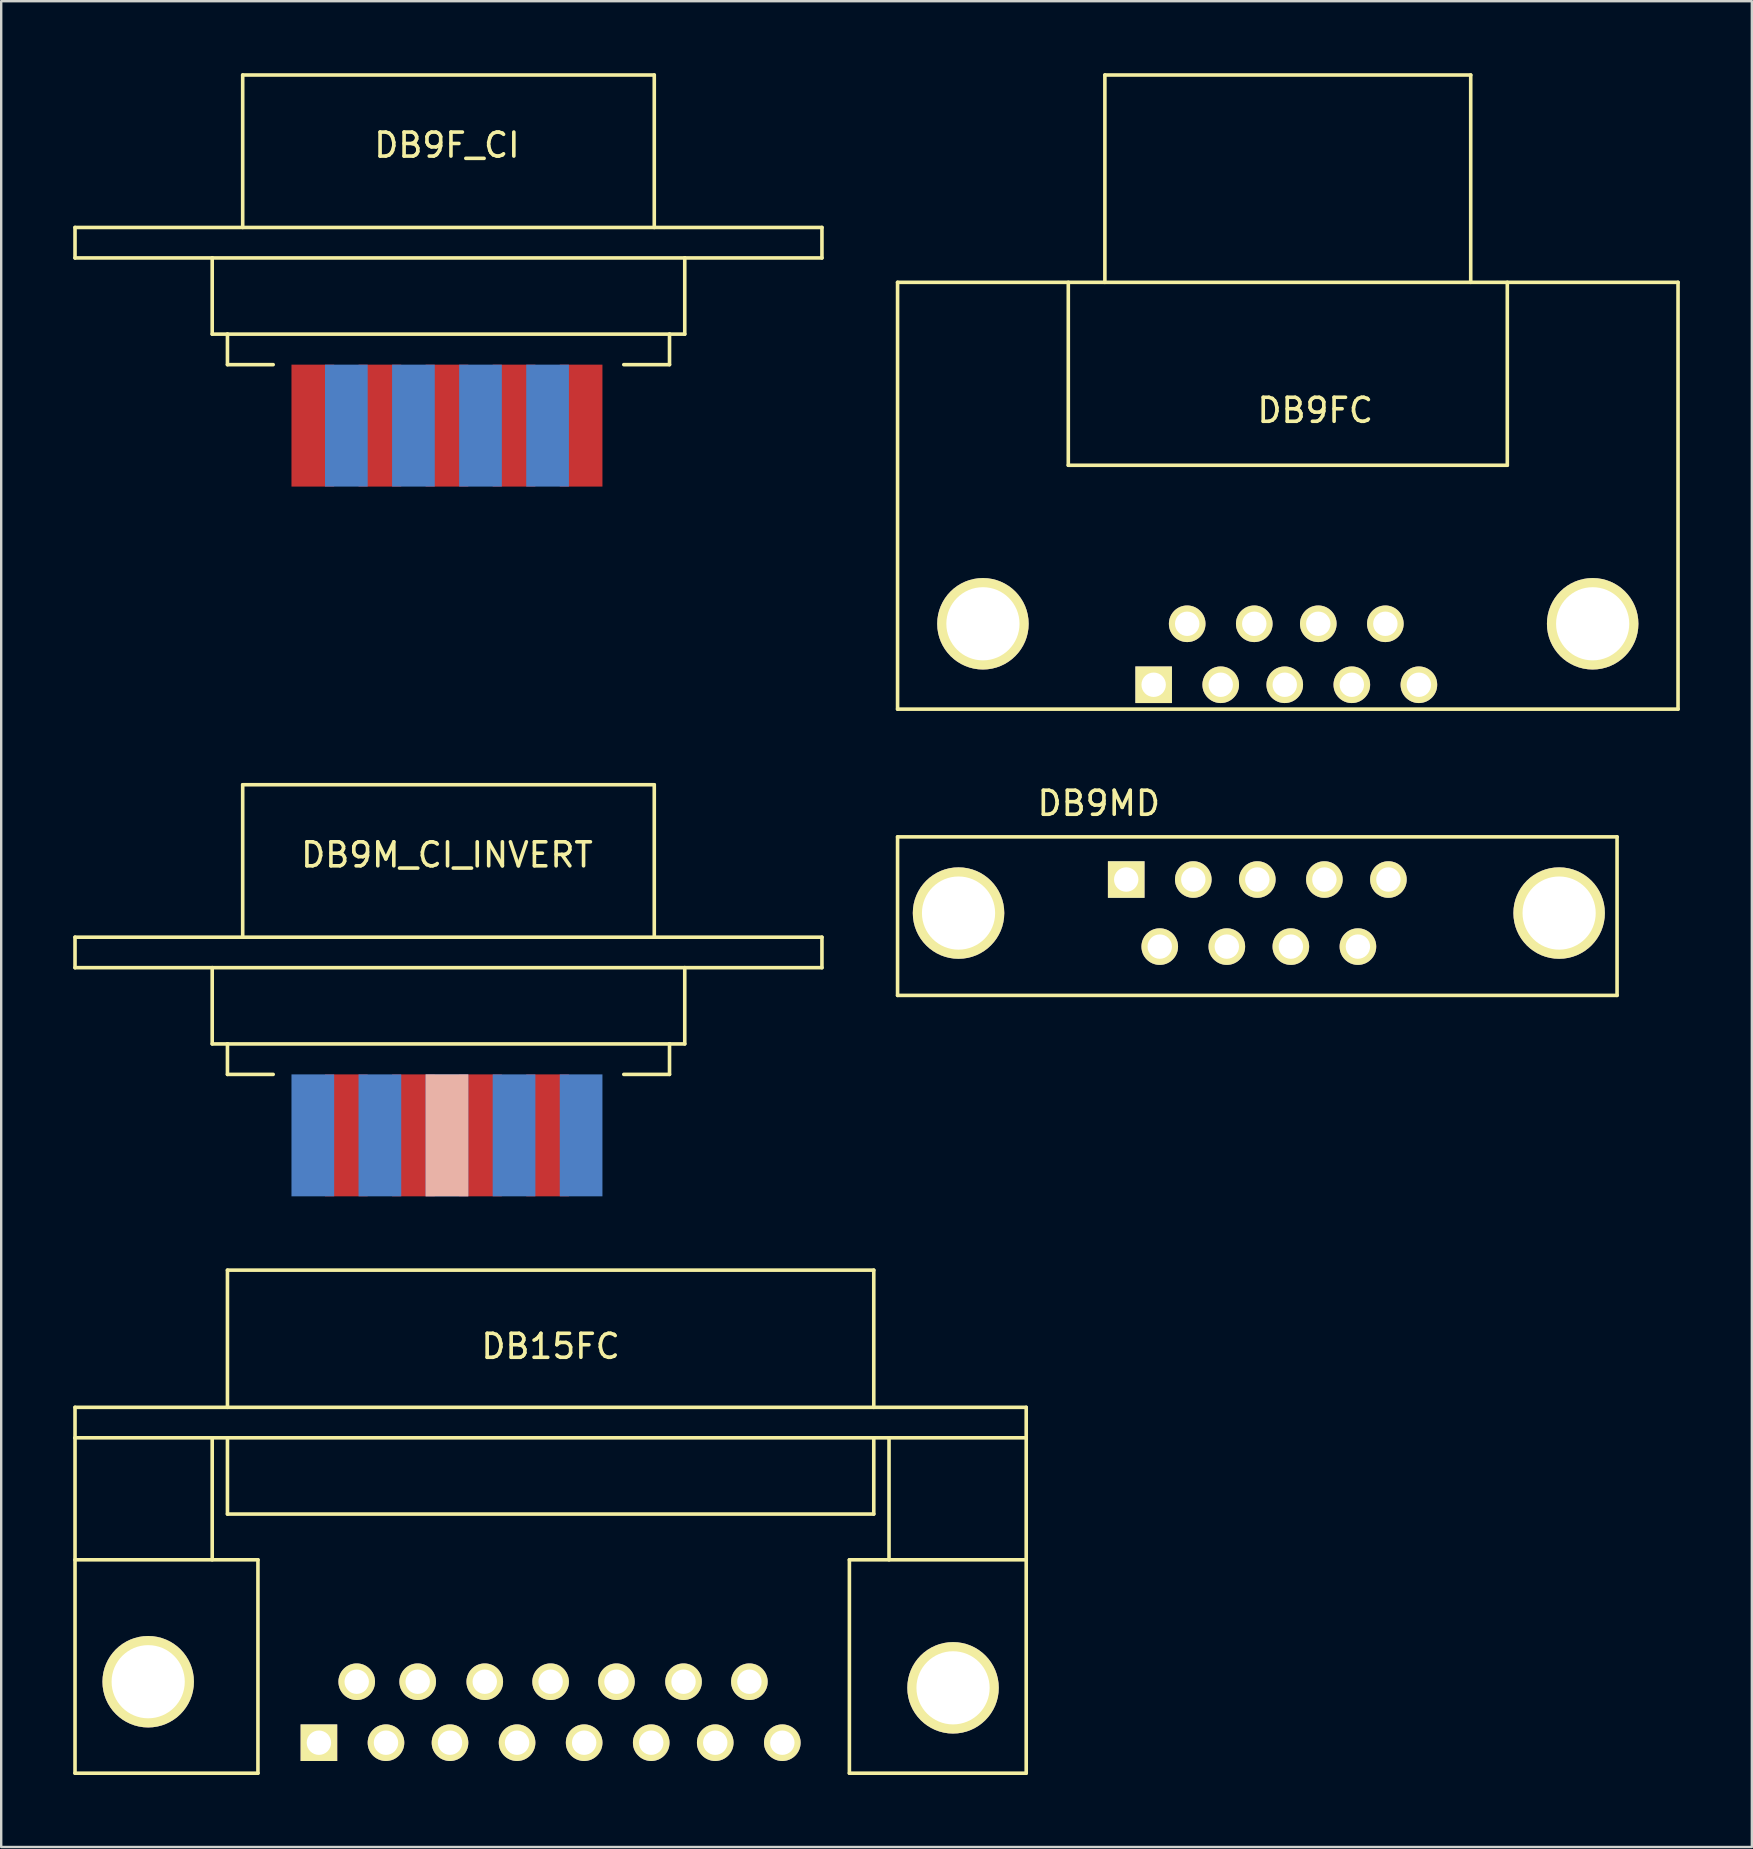
<source format=kicad_pcb>
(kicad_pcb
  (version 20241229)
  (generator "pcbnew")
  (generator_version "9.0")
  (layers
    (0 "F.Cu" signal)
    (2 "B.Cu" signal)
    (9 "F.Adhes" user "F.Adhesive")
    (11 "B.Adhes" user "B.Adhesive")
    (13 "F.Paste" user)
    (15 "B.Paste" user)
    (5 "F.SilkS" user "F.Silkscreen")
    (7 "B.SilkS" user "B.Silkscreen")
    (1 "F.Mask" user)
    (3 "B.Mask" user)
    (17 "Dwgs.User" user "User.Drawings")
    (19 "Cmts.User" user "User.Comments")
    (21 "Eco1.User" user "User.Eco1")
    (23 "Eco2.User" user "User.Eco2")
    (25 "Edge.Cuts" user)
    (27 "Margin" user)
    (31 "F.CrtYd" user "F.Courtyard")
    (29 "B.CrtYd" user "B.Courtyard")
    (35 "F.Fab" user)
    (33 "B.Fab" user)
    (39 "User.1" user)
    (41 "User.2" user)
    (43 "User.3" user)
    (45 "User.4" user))
  (footprint "DB9FC"
    (layer "F.Cu")
    (at 50.469 24.205)
    (property "Reference" "DB9FC" (at 1.27 -10.16 0) (layer "F.SilkS") (effects (font (size 1 1) (thickness 0.15))))
    (attr through_hole)
    (fp_line (start -16.129 -15.494) (end -16.129 2.286) (stroke (width 0.15) (type solid)) (layer "F.SilkS"))
    (fp_line (start -16.129 2.286) (end 16.383 2.286) (stroke (width 0.15) (type solid)) (layer "F.SilkS"))
    (fp_line (start -9.017 -15.494) (end -9.017 -7.874) (stroke (width 0.15) (type solid)) (layer "F.SilkS"))
    (fp_line (start -9.017 -7.874) (end 9.271 -7.874) (stroke (width 0.15) (type solid)) (layer "F.SilkS"))
    (fp_line (start -7.493 -24.13) (end 7.747 -24.13) (stroke (width 0.15) (type solid)) (layer "F.SilkS"))
    (fp_line (start -7.493 -15.494) (end -7.493 -24.13) (stroke (width 0.15) (type solid)) (layer "F.SilkS"))
    (fp_line (start 7.747 -24.13) (end 7.747 -15.494) (stroke (width 0.15) (type solid)) (layer "F.SilkS"))
    (fp_line (start 9.271 -7.874) (end 9.271 -15.494) (stroke (width 0.15) (type solid)) (layer "F.SilkS"))
    (fp_line (start 16.383 -15.494) (end -16.129 -15.494) (stroke (width 0.15) (type solid)) (layer "F.SilkS"))
    (fp_line (start 16.383 2.286) (end 16.383 -15.494) (stroke (width 0.15) (type solid)) (layer "F.SilkS"))
    (pad "" thru_hole circle (at -12.573 -1.27) (size 3.81 3.81) (drill 3.048) (layers "*.Cu" "*.Mask" "F.SilkS"))
    (pad "" thru_hole circle (at 12.827 -1.27) (size 3.81 3.81) (drill 3.048) (layers "*.Cu" "*.Mask" "F.SilkS"))
    (pad "1" thru_hole rect (at -5.461 1.27) (size 1.524 1.524) (drill 1.016) (layers "*.Cu" "*.Mask" "F.SilkS"))
    (pad "2" thru_hole circle (at -2.667 1.27) (size 1.524 1.524) (drill 1.016) (layers "*.Cu" "*.Mask" "F.SilkS"))
    (pad "3" thru_hole circle (at 0 1.27) (size 1.524 1.524) (drill 1.016) (layers "*.Cu" "*.Mask" "F.SilkS"))
    (pad "4" thru_hole circle (at 2.794 1.27) (size 1.524 1.524) (drill 1.016) (layers "*.Cu" "*.Mask" "F.SilkS"))
    (pad "5" thru_hole circle (at 5.588 1.27) (size 1.524 1.524) (drill 1.016) (layers "*.Cu" "*.Mask" "F.SilkS"))
    (pad "6" thru_hole circle (at -4.064 -1.27) (size 1.524 1.524) (drill 1.016) (layers "*.Cu" "*.Mask" "F.SilkS"))
    (pad "7" thru_hole circle (at -1.27 -1.27) (size 1.524 1.524) (drill 1.016) (layers "*.Cu" "*.Mask" "F.SilkS"))
    (pad "8" thru_hole circle (at 1.397 -1.27) (size 1.524 1.524) (drill 1.016) (layers "*.Cu" "*.Mask" "F.SilkS"))
    (pad "9" thru_hole circle (at 4.191 -1.27) (size 1.524 1.524) (drill 1.016) (layers "*.Cu" "*.Mask" "F.SilkS")))
  (footprint "DB9M_CI_INVERT"
    (layer "F.Cu")
    (at 15.569 41.706)
    (property "Reference" "DB9M_CI_INVERT" (at 0 -9.144 0) (layer "F.SilkS") (effects (font (size 1 1) (thickness 0.15))))
    (attr through_hole)
    (fp_line (start -15.494 -5.715) (end 15.621 -5.715) (stroke (width 0.15) (type solid)) (layer "F.SilkS"))
    (fp_line (start -15.494 -4.445) (end -15.494 -5.715) (stroke (width 0.15) (type solid)) (layer "F.SilkS"))
    (fp_line (start -9.779 -4.445) (end -15.494 -4.445) (stroke (width 0.15) (type solid)) (layer "F.SilkS"))
    (fp_line (start -9.779 -1.27) (end -9.779 -4.445) (stroke (width 0.15) (type solid)) (layer "F.SilkS"))
    (fp_line (start -9.144 -1.27) (end -9.779 -1.27) (stroke (width 0.15) (type solid)) (layer "F.SilkS"))
    (fp_line (start -9.144 0) (end -9.144 -1.27) (stroke (width 0.15) (type solid)) (layer "F.SilkS"))
    (fp_line (start -8.509 -12.065) (end 8.636 -12.065) (stroke (width 0.15) (type solid)) (layer "F.SilkS"))
    (fp_line (start -8.509 -5.715) (end -8.509 -12.065) (stroke (width 0.15) (type solid)) (layer "F.SilkS"))
    (fp_line (start -7.239 0) (end -9.144 0) (stroke (width 0.15) (type solid)) (layer "F.SilkS"))
    (fp_line (start 7.366 0) (end 9.271 0) (stroke (width 0.15) (type solid)) (layer "F.SilkS"))
    (fp_line (start 8.636 -5.715) (end 8.636 -12.065) (stroke (width 0.15) (type solid)) (layer "F.SilkS"))
    (fp_line (start 9.271 -1.27) (end -9.144 -1.27) (stroke (width 0.15) (type solid)) (layer "F.SilkS"))
    (fp_line (start 9.271 0) (end 9.271 -1.27) (stroke (width 0.15) (type solid)) (layer "F.SilkS"))
    (fp_line (start 9.906 -4.445) (end -9.779 -4.445) (stroke (width 0.15) (type solid)) (layer "F.SilkS"))
    (fp_line (start 9.906 -1.27) (end 9.271 -1.27) (stroke (width 0.15) (type solid)) (layer "F.SilkS"))
    (fp_line (start 9.906 -1.27) (end 9.906 -4.445) (stroke (width 0.15) (type solid)) (layer "F.SilkS"))
    (fp_line (start 15.621 -4.445) (end 9.906 -4.445) (stroke (width 0.15) (type solid)) (layer "F.SilkS"))
    (fp_line (start 15.621 -4.445) (end 15.621 -5.715) (stroke (width 0.15) (type solid)) (layer "F.SilkS"))
    (pad "1" connect rect (at -5.588 2.54) (size 1.778 5.08) (layers "F.Mask" "B.Cu"))
    (pad "2" connect rect (at -2.794 2.54) (size 1.778 5.08) (layers "B.Cu" "B.Mask"))
    (pad "3" connect rect (at 0 2.54) (size 1.778 5.08) (layers "B.Cu" "B.SilkS"))
    (pad "4" connect rect (at 2.794 2.54) (size 1.778 5.08) (layers "B.Cu" "B.Mask"))
    (pad "5" connect rect (at 5.588 2.54) (size 1.778 5.08) (layers "B.Cu" "B.Mask"))
    (pad "6" connect rect (at -4.191 2.54) (size 1.778 5.08) (layers "F.Cu" "F.Mask"))
    (pad "7" connect rect (at -1.397 2.54) (size 1.778 5.08) (layers "F.Cu" "F.Mask"))
    (pad "8" connect rect (at 1.397 2.54) (size 1.778 5.08) (layers "F.Cu" "F.Mask"))
    (pad "9" connect rect (at 4.191 2.54) (size 1.778 5.08) (layers "F.Cu" "F.Mask")))
  (footprint "DB15FC"
    (layer "F.Cu")
    (at 19.887 68.276)
    (property "Reference" "DB15FC" (at 0 -15.24 0) (layer "F.SilkS") (effects (font (size 1 1) (thickness 0.15))))
    (attr through_hole)
    (fp_line (start -19.812 -12.7) (end -19.812 -11.43) (stroke (width 0.15) (type solid)) (layer "F.SilkS"))
    (fp_line (start -19.812 -6.35) (end -12.192 -6.35) (stroke (width 0.15) (type solid)) (layer "F.SilkS"))
    (fp_line (start -19.812 2.54) (end -19.812 -11.43) (stroke (width 0.15) (type solid)) (layer "F.SilkS"))
    (fp_line (start -19.812 2.54) (end -12.192 2.54) (stroke (width 0.15) (type solid)) (layer "F.SilkS"))
    (fp_line (start -14.097 -11.43) (end -14.097 -6.35) (stroke (width 0.15) (type solid)) (layer "F.SilkS"))
    (fp_line (start -13.462 -18.415) (end -13.462 -12.7) (stroke (width 0.15) (type solid)) (layer "F.SilkS"))
    (fp_line (start -13.462 -18.415) (end 13.462 -18.415) (stroke (width 0.15) (type solid)) (layer "F.SilkS"))
    (fp_line (start -13.462 -8.255) (end -13.462 -11.43) (stroke (width 0.15) (type solid)) (layer "F.SilkS"))
    (fp_line (start -12.192 -6.35) (end -12.192 2.54) (stroke (width 0.15) (type solid)) (layer "F.SilkS"))
    (fp_line (start 12.446 -6.35) (end 19.812 -6.35) (stroke (width 0.15) (type solid)) (layer "F.SilkS"))
    (fp_line (start 12.446 2.54) (end 12.446 -6.35) (stroke (width 0.15) (type solid)) (layer "F.SilkS"))
    (fp_line (start 13.462 -12.7) (end 13.462 -18.415) (stroke (width 0.15) (type solid)) (layer "F.SilkS"))
    (fp_line (start 13.462 -8.255) (end -13.462 -8.255) (stroke (width 0.15) (type solid)) (layer "F.SilkS"))
    (fp_line (start 13.462 -8.255) (end 13.462 -11.43) (stroke (width 0.15) (type solid)) (layer "F.SilkS"))
    (fp_line (start 14.097 -6.35) (end 14.097 -11.43) (stroke (width 0.15) (type solid)) (layer "F.SilkS"))
    (fp_line (start 19.812 -12.7) (end -19.812 -12.7) (stroke (width 0.15) (type solid)) (layer "F.SilkS"))
    (fp_line (start 19.812 -11.43) (end -19.812 -11.43) (stroke (width 0.15) (type solid)) (layer "F.SilkS"))
    (fp_line (start 19.812 2.54) (end 12.446 2.54) (stroke (width 0.15) (type solid)) (layer "F.SilkS"))
    (fp_line (start 19.812 2.54) (end 19.812 -12.7) (stroke (width 0.15) (type solid)) (layer "F.SilkS"))
    (pad "" thru_hole circle (at -16.764 -1.27) (size 3.81 3.81) (drill 3.048) (layers "*.Cu" "*.Mask" "F.SilkS"))
    (pad "" thru_hole circle (at 16.764 -1.016) (size 3.81 3.81) (drill 3.048) (layers "*.Cu" "*.Mask" "F.SilkS"))
    (pad "1" thru_hole rect (at -9.652 1.27) (size 1.524 1.524) (drill 1.016) (layers "*.Cu" "*.Mask" "F.SilkS"))
    (pad "2" thru_hole circle (at -6.858 1.27) (size 1.524 1.524) (drill 1.016) (layers "*.Cu" "*.Mask" "F.SilkS"))
    (pad "3" thru_hole circle (at -4.191 1.27) (size 1.524 1.524) (drill 1.016) (layers "*.Cu" "*.Mask" "F.SilkS"))
    (pad "4" thru_hole circle (at -1.397 1.27) (size 1.524 1.524) (drill 1.016) (layers "*.Cu" "*.Mask" "F.SilkS"))
    (pad "5" thru_hole circle (at 1.397 1.27) (size 1.524 1.524) (drill 1.016) (layers "*.Cu" "*.Mask" "F.SilkS"))
    (pad "6" thru_hole circle (at 4.191 1.27) (size 1.524 1.524) (drill 1.016) (layers "*.Cu" "*.Mask" "F.SilkS"))
    (pad "7" thru_hole circle (at 6.858 1.27) (size 1.524 1.524) (drill 1.016) (layers "*.Cu" "*.Mask" "F.SilkS"))
    (pad "8" thru_hole circle (at 9.652 1.27) (size 1.524 1.524) (drill 1.016) (layers "*.Cu" "*.Mask" "F.SilkS"))
    (pad "9" thru_hole circle (at -8.077 -1.27) (size 1.524 1.524) (drill 1.016) (layers "*.Cu" "*.Mask" "F.SilkS"))
    (pad "10" thru_hole circle (at -5.537 -1.27) (size 1.524 1.524) (drill 1.016) (layers "*.Cu" "*.Mask" "F.SilkS"))
    (pad "11" thru_hole circle (at -2.743 -1.27) (size 1.524 1.524) (drill 1.016) (layers "*.Cu" "*.Mask" "F.SilkS"))
    (pad "12" thru_hole circle (at 0 -1.27) (size 1.524 1.524) (drill 1.016) (layers "*.Cu" "*.Mask" "F.SilkS"))
    (pad "13" thru_hole circle (at 2.743 -1.27) (size 1.524 1.524) (drill 1.016) (layers "*.Cu" "*.Mask" "F.SilkS"))
    (pad "14" thru_hole circle (at 5.537 -1.27) (size 1.524 1.524) (drill 1.016) (layers "*.Cu" "*.Mask" "F.SilkS"))
    (pad "15" thru_hole circle (at 8.28 -1.27) (size 1.524 1.524) (drill 1.016) (layers "*.Cu" "*.Mask" "F.SilkS")))
  (footprint "DB9MD"
    (layer "F.Cu")
    (at 49.326 34.986)
    (property "Reference" "DB9MD" (at -6.604 -4.572 0) (layer "F.SilkS") (effects (font (size 1 1) (thickness 0.15))))
    (attr through_hole)
    (fp_line (start -14.986 -3.175) (end -14.986 3.429) (stroke (width 0.15) (type solid)) (layer "F.SilkS"))
    (fp_line (start -14.986 3.429) (end 14.986 3.429) (stroke (width 0.15) (type solid)) (layer "F.SilkS"))
    (fp_line (start 14.986 -3.175) (end -14.986 -3.175) (stroke (width 0.15) (type solid)) (layer "F.SilkS"))
    (fp_line (start 14.986 3.429) (end 14.986 -3.175) (stroke (width 0.15) (type solid)) (layer "F.SilkS"))
    (pad "0" thru_hole circle (at -12.446 0) (size 3.81 3.81) (drill 3.048) (layers "*.Cu" "*.Mask" "F.SilkS"))
    (pad "0" thru_hole circle (at 12.573 0) (size 3.81 3.81) (drill 3.048) (layers "*.Cu" "*.Mask" "F.SilkS"))
    (pad "1" thru_hole rect (at -5.461 -1.397) (size 1.524 1.524) (drill 1.016) (layers "*.Cu" "*.Mask" "F.SilkS"))
    (pad "2" thru_hole circle (at -2.667 -1.397) (size 1.524 1.524) (drill 1.016) (layers "*.Cu" "*.Mask" "F.SilkS"))
    (pad "3" thru_hole circle (at 0 -1.397) (size 1.524 1.524) (drill 1.016) (layers "*.Cu" "*.Mask" "F.SilkS"))
    (pad "4" thru_hole circle (at 2.794 -1.397) (size 1.524 1.524) (drill 1.016) (layers "*.Cu" "*.Mask" "F.SilkS"))
    (pad "5" thru_hole circle (at 5.461 -1.397) (size 1.524 1.524) (drill 1.016) (layers "*.Cu" "*.Mask" "F.SilkS"))
    (pad "6" thru_hole circle (at -4.064 1.397) (size 1.524 1.524) (drill 1.016) (layers "*.Cu" "*.Mask" "F.SilkS"))
    (pad "7" thru_hole circle (at -1.27 1.397) (size 1.524 1.524) (drill 1.016) (layers "*.Cu" "*.Mask" "F.SilkS"))
    (pad "8" thru_hole circle (at 1.397 1.397) (size 1.524 1.524) (drill 1.016) (layers "*.Cu" "*.Mask" "F.SilkS"))
    (pad "9" thru_hole circle (at 4.191 1.397) (size 1.524 1.524) (drill 1.016) (layers "*.Cu" "*.Mask" "F.SilkS")))
  (footprint "DB9F_CI"
    (layer "F.Cu")
    (at 15.569 12.14)
    (property "Reference" "DB9F_CI" (at 0 -9.144 0) (layer "F.SilkS") (effects (font (size 1 1) (thickness 0.15))))
    (attr through_hole)
    (fp_line (start -15.494 -5.715) (end 15.621 -5.715) (stroke (width 0.15) (type solid)) (layer "F.SilkS"))
    (fp_line (start -15.494 -4.445) (end -15.494 -5.715) (stroke (width 0.15) (type solid)) (layer "F.SilkS"))
    (fp_line (start -9.779 -4.445) (end -15.494 -4.445) (stroke (width 0.15) (type solid)) (layer "F.SilkS"))
    (fp_line (start -9.779 -1.27) (end -9.779 -4.445) (stroke (width 0.15) (type solid)) (layer "F.SilkS"))
    (fp_line (start -9.144 -1.27) (end -9.779 -1.27) (stroke (width 0.15) (type solid)) (layer "F.SilkS"))
    (fp_line (start -9.144 0) (end -9.144 -1.27) (stroke (width 0.15) (type solid)) (layer "F.SilkS"))
    (fp_line (start -8.509 -12.065) (end 8.636 -12.065) (stroke (width 0.15) (type solid)) (layer "F.SilkS"))
    (fp_line (start -8.509 -5.715) (end -8.509 -12.065) (stroke (width 0.15) (type solid)) (layer "F.SilkS"))
    (fp_line (start -7.239 0) (end -9.144 0) (stroke (width 0.15) (type solid)) (layer "F.SilkS"))
    (fp_line (start 7.366 0) (end 9.271 0) (stroke (width 0.15) (type solid)) (layer "F.SilkS"))
    (fp_line (start 8.636 -5.715) (end 8.636 -12.065) (stroke (width 0.15) (type solid)) (layer "F.SilkS"))
    (fp_line (start 9.271 -1.27) (end -9.144 -1.27) (stroke (width 0.15) (type solid)) (layer "F.SilkS"))
    (fp_line (start 9.271 0) (end 9.271 -1.27) (stroke (width 0.15) (type solid)) (layer "F.SilkS"))
    (fp_line (start 9.906 -4.445) (end -9.779 -4.445) (stroke (width 0.15) (type solid)) (layer "F.SilkS"))
    (fp_line (start 9.906 -1.27) (end 9.271 -1.27) (stroke (width 0.15) (type solid)) (layer "F.SilkS"))
    (fp_line (start 9.906 -1.27) (end 9.906 -4.445) (stroke (width 0.15) (type solid)) (layer "F.SilkS"))
    (fp_line (start 15.621 -4.445) (end 9.906 -4.445) (stroke (width 0.15) (type solid)) (layer "F.SilkS"))
    (fp_line (start 15.621 -4.445) (end 15.621 -5.715) (stroke (width 0.15) (type solid)) (layer "F.SilkS"))
    (pad "1" connect rect (at -5.588 2.54) (size 1.778 5.08) (layers "F.Cu" "F.Mask"))
    (pad "2" connect rect (at -2.794 2.54) (size 1.778 5.08) (layers "F.Cu" "F.Mask"))
    (pad "3" connect rect (at 0 2.54) (size 1.778 5.08) (layers "F.Cu" "F.Mask"))
    (pad "4" connect rect (at 2.794 2.54) (size 1.778 5.08) (layers "F.Cu" "F.Mask"))
    (pad "5" connect rect (at 5.588 2.54) (size 1.778 5.08) (layers "F.Cu" "F.Mask"))
    (pad "6" connect rect (at -4.191 2.54) (size 1.778 5.08) (layers "B.Cu" "B.Mask"))
    (pad "7" connect rect (at -1.397 2.54) (size 1.778 5.08) (layers "B.Cu" "B.Mask"))
    (pad "8" connect rect (at 1.397 2.54) (size 1.778 5.08) (layers "B.Cu" "B.Mask"))
    (pad "9" connect rect (at 4.191 2.54) (size 1.778 5.08) (layers "B.Cu" "B.Mask")))
  (gr_rect
    (start -3 -3)
    (end 69.927 73.891)
    (stroke (width 0.1) (type default))
    (fill no)
    (layer "Edge.Cuts")))
</source>
